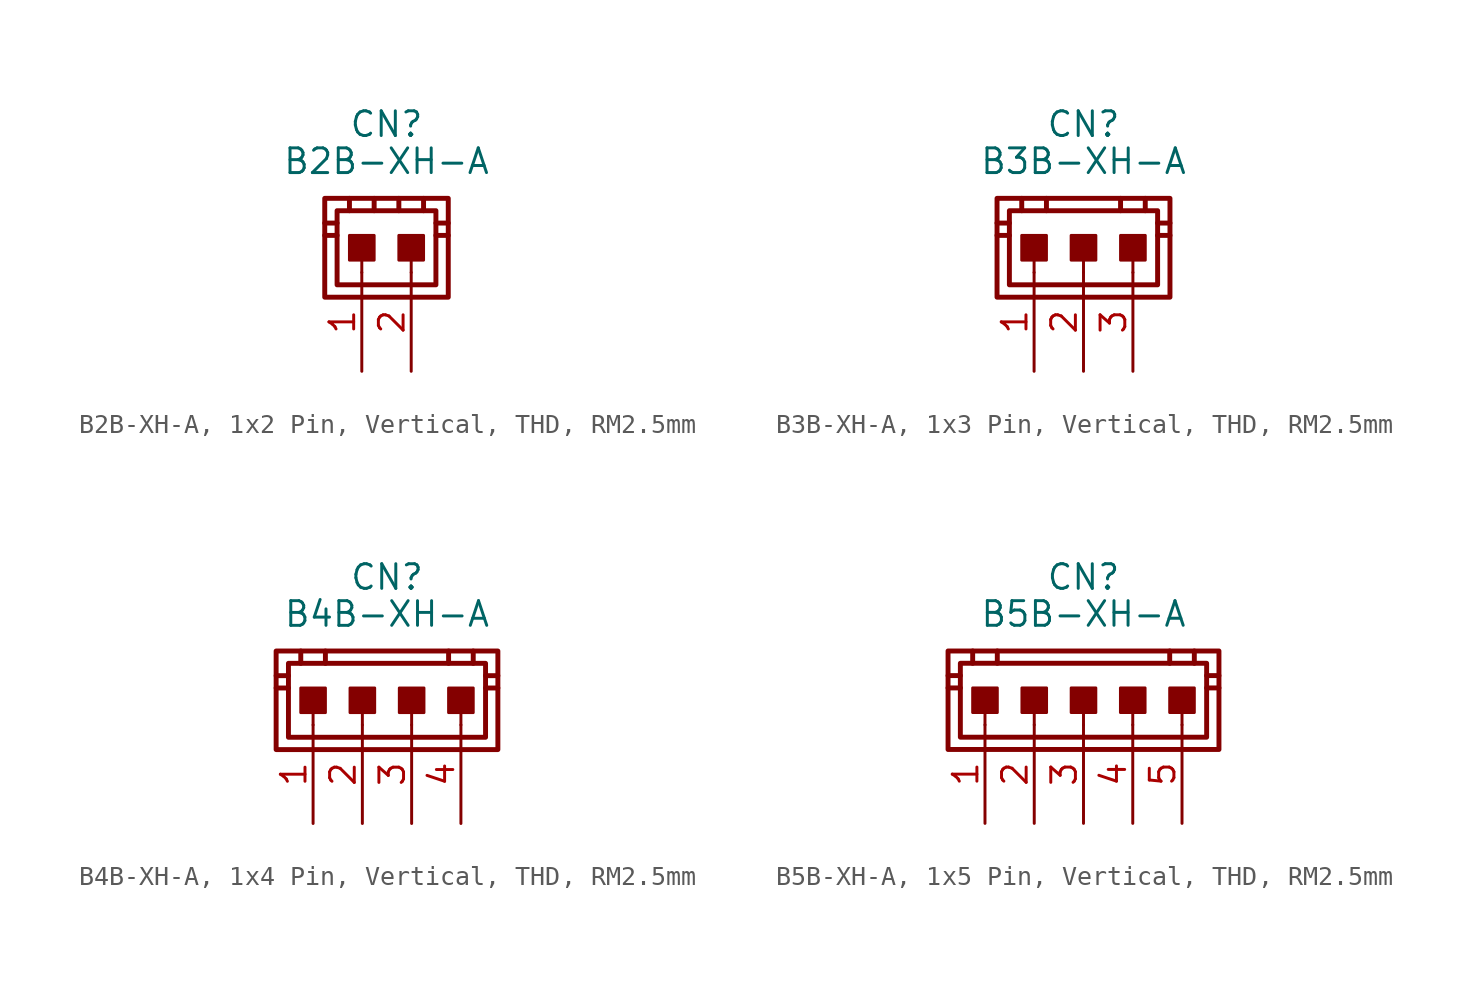
<source format=kicad_sym>
(kicad_symbol_lib
  (version 20231120)
  (generator "kicad_symbol_editor")
  (generator_version "8.0")
  (symbol "B2B-XH-A, 1x2 Pin, Vertical, THD, RM2.5mm"
    (pin_names
      (offset 1.016) hide)
    (property "Reference" "CN"
      (at 0 7.62 0)
      (effects (font (size 1.27 1.27))))
    (property "Value" "B2B-XH-A"
      (at 0 5.715 0)
      (effects (font (size 1.27 1.27))))
    (property "Z-SYSCODE" ""
      (at 3.81 1.27 90)
      (effects (font (size 1.27 1.27))))
    (symbol "B2B-XH-A, 1x2 Pin, Vertical, THD, RM2.5mm_0_1"
      (polyline (pts (xy -2.54 1.905) (xy -3.175 1.905)) (stroke (width 0.254) (type default)) (fill (type none)))
      (polyline (pts (xy -2.54 2.54) (xy -3.175 2.54)) (stroke (width 0.254) (type default)) (fill (type none)))
      (polyline (pts (xy -1.905 3.81) (xy -1.905 3.175)) (stroke (width 0.254) (type default)) (fill (type none)))
      (polyline (pts (xy -0.635 3.81) (xy -0.635 3.175)) (stroke (width 0.254) (type default)) (fill (type none)))
      (polyline (pts (xy 0.635 3.81) (xy 0.635 3.175)) (stroke (width 0.254) (type default)) (fill (type none)))
      (polyline (pts (xy 1.905 3.81) (xy 1.905 3.175)) (stroke (width 0.254) (type default)) (fill (type none)))
      (polyline (pts (xy 2.54 1.905) (xy 3.175 1.905)) (stroke (width 0.254) (type default)) (fill (type none)))
      (polyline (pts (xy 2.54 2.54) (xy 3.175 2.54)) (stroke (width 0.254) (type default)) (fill (type none))))
    (symbol "B2B-XH-A, 1x2 Pin, Vertical, THD, RM2.5mm_1_0"
      (polyline (pts (xy -1.27 0) (xy -1.27 1.27)) (stroke (width 0) (type default)) (fill (type none)))
      (polyline (pts (xy 1.27 0) (xy 1.27 1.27)) (stroke (width 0) (type default)) (fill (type none))))
    (symbol "B2B-XH-A, 1x2 Pin, Vertical, THD, RM2.5mm_1_1"
      (rectangle (start -3.175 3.81) (end 3.175 -1.27) (stroke (width 0.254) (type default)) (fill (type none)))
      (rectangle (start -2.54 3.175) (end 2.54 -0.635) (stroke (width 0.254) (type default)) (fill (type none)))
      (rectangle (start -0.635 0.635) (end -1.905 1.905) (stroke (width 0) (type default)) (fill (type outline)))
      (rectangle (start 1.905 0.635) (end 0.635 1.905) (stroke (width 0) (type default)) (fill (type outline)))
      (pin passive line (at -1.27 -5.08 90) (length 5.08) (name "1" (effects (font (size 1.27 1.27)))) (number "1" (effects (font (size 1.27 1.27)))))
      (pin passive line (at 1.27 -5.08 90) (length 5.08) (name "2" (effects (font (size 1.27 1.27)))) (number "2" (effects (font (size 1.27 1.27)))))))
  (symbol "B3B-XH-A, 1x3 Pin, Vertical, THD, RM2.5mm"
    (pin_names
      (offset 1.016) hide)
    (property "Reference" "CN"
      (at 0 7.62 0)
      (effects (font (size 1.27 1.27))))
    (property "Value" "B3B-XH-A"
      (at 0 5.715 0)
      (effects (font (size 1.27 1.27))))
    (property "Z-SYSCODE" ""
      (at 2.54 1.27 90)
      (effects (font (size 1.27 1.27))))
    (symbol "B3B-XH-A, 1x3 Pin, Vertical, THD, RM2.5mm_0_1"
      (polyline (pts (xy -3.81 1.905) (xy -4.445 1.905)) (stroke (width 0.254) (type default)) (fill (type none)))
      (polyline (pts (xy -3.81 2.54) (xy -4.445 2.54)) (stroke (width 0.254) (type default)) (fill (type none)))
      (polyline (pts (xy -3.175 3.81) (xy -3.175 3.175)) (stroke (width 0.254) (type default)) (fill (type none)))
      (polyline (pts (xy -1.905 3.81) (xy -1.905 3.175)) (stroke (width 0.254) (type default)) (fill (type none)))
      (polyline (pts (xy 1.905 3.81) (xy 1.905 3.175)) (stroke (width 0.254) (type default)) (fill (type none)))
      (polyline (pts (xy 3.175 3.81) (xy 3.175 3.175)) (stroke (width 0.254) (type default)) (fill (type none)))
      (polyline (pts (xy 3.81 1.905) (xy 4.445 1.905)) (stroke (width 0.254) (type default)) (fill (type none)))
      (polyline (pts (xy 3.81 2.54) (xy 4.445 2.54)) (stroke (width 0.254) (type default)) (fill (type none))))
    (symbol "B3B-XH-A, 1x3 Pin, Vertical, THD, RM2.5mm_1_0"
      (polyline (pts (xy -2.54 0) (xy -2.54 1.27)) (stroke (width 0) (type default)) (fill (type none)))
      (polyline (pts (xy 0 0) (xy 0 1.27)) (stroke (width 0) (type default)) (fill (type none)))
      (polyline (pts (xy 2.54 0) (xy 2.54 1.27)) (stroke (width 0) (type default)) (fill (type none))))
    (symbol "B3B-XH-A, 1x3 Pin, Vertical, THD, RM2.5mm_1_1"
      (rectangle (start -4.445 3.81) (end 4.445 -1.27) (stroke (width 0.254) (type default)) (fill (type none)))
      (rectangle (start -3.81 3.175) (end 3.81 -0.635) (stroke (width 0.254) (type default)) (fill (type none)))
      (rectangle (start -1.905 0.635) (end -3.175 1.905) (stroke (width 0) (type default)) (fill (type outline)))
      (rectangle (start 0.635 0.635) (end -0.635 1.905) (stroke (width 0) (type default)) (fill (type outline)))
      (rectangle (start 3.175 0.635) (end 1.905 1.905) (stroke (width 0) (type default)) (fill (type outline)))
      (pin passive line (at -2.54 -5.08 90) (length 5.08) (name "1" (effects (font (size 1.27 1.27)))) (number "1" (effects (font (size 1.27 1.27)))))
      (pin passive line (at 0 -5.08 90) (length 5.08) (name "2" (effects (font (size 1.27 1.27)))) (number "2" (effects (font (size 1.27 1.27)))))
      (pin passive line (at 2.54 -5.08 90) (length 5.08) (name "3" (effects (font (size 1.27 1.27)))) (number "3" (effects (font (size 1.27 1.27)))))))
  (symbol "B4B-XH-A, 1x4 Pin, Vertical, THD, RM2.5mm"
    (pin_names
      (offset 1.016) hide)
    (property "Reference" "CN"
      (at 0 7.62 0)
      (effects (font (size 1.27 1.27))))
    (property "Value" "B4B-XH-A"
      (at 0 5.715 0)
      (effects (font (size 1.27 1.27))))
    (property "Z-SYSCODE" ""
      (at 0.635 1.27 90)
      (effects (font (size 1.27 1.27))))
    (symbol "B4B-XH-A, 1x4 Pin, Vertical, THD, RM2.5mm_0_1"
      (polyline (pts (xy -5.08 1.905) (xy -5.715 1.905)) (stroke (width 0.254) (type default)) (fill (type none)))
      (polyline (pts (xy -5.08 2.54) (xy -5.715 2.54)) (stroke (width 0.254) (type default)) (fill (type none)))
      (polyline (pts (xy -4.445 3.81) (xy -4.445 3.175)) (stroke (width 0.254) (type default)) (fill (type none)))
      (polyline (pts (xy -3.175 3.81) (xy -3.175 3.175)) (stroke (width 0.254) (type default)) (fill (type none)))
      (polyline (pts (xy 3.175 3.81) (xy 3.175 3.175)) (stroke (width 0.254) (type default)) (fill (type none)))
      (polyline (pts (xy 4.445 3.81) (xy 4.445 3.175)) (stroke (width 0.254) (type default)) (fill (type none)))
      (polyline (pts (xy 5.08 1.905) (xy 5.715 1.905)) (stroke (width 0.254) (type default)) (fill (type none)))
      (polyline (pts (xy 5.08 2.54) (xy 5.715 2.54)) (stroke (width 0.254) (type default)) (fill (type none))))
    (symbol "B4B-XH-A, 1x4 Pin, Vertical, THD, RM2.5mm_1_0"
      (polyline (pts (xy -3.81 0) (xy -3.81 1.27)) (stroke (width 0) (type default)) (fill (type none)))
      (polyline (pts (xy -1.27 0) (xy -1.27 1.27)) (stroke (width 0) (type default)) (fill (type none)))
      (polyline (pts (xy 1.27 0) (xy 1.27 1.27)) (stroke (width 0) (type default)) (fill (type none)))
      (polyline (pts (xy 3.81 0) (xy 3.81 1.27)) (stroke (width 0) (type default)) (fill (type none))))
    (symbol "B4B-XH-A, 1x4 Pin, Vertical, THD, RM2.5mm_1_1"
      (rectangle (start -5.715 3.81) (end 5.715 -1.27) (stroke (width 0.254) (type default)) (fill (type none)))
      (rectangle (start -5.08 3.175) (end 5.08 -0.635) (stroke (width 0.254) (type default)) (fill (type none)))
      (rectangle (start -3.175 0.635) (end -4.445 1.905) (stroke (width 0) (type default)) (fill (type outline)))
      (rectangle (start -0.635 0.635) (end -1.905 1.905) (stroke (width 0) (type default)) (fill (type outline)))
      (rectangle (start 1.905 0.635) (end 0.635 1.905) (stroke (width 0) (type default)) (fill (type outline)))
      (rectangle (start 4.445 0.635) (end 3.175 1.905) (stroke (width 0) (type default)) (fill (type outline)))
      (pin passive line (at -3.81 -5.08 90) (length 5.08) (name "1" (effects (font (size 1.27 1.27)))) (number "1" (effects (font (size 1.27 1.27)))))
      (pin passive line (at -1.27 -5.08 90) (length 5.08) (name "2" (effects (font (size 1.27 1.27)))) (number "2" (effects (font (size 1.27 1.27)))))
      (pin passive line (at 1.27 -5.08 90) (length 5.08) (name "3" (effects (font (size 1.27 1.27)))) (number "3" (effects (font (size 1.27 1.27)))))
      (pin passive line (at 3.81 -5.08 90) (length 5.08) (name "4" (effects (font (size 1.27 1.27)))) (number "4" (effects (font (size 1.27 1.27)))))))
  (symbol "B5B-XH-A, 1x5 Pin, Vertical, THD, RM2.5mm"
    (pin_names
      (offset 1.016) hide)
    (property "Reference" "CN"
      (at 0 7.62 0)
      (effects (font (size 1.27 1.27))))
    (property "Value" "B5B-XH-A"
      (at 0 5.715 0)
      (effects (font (size 1.27 1.27))))
    (property "Z-SYSCODE" ""
      (at -0.635 1.27 90)
      (effects (font (size 1.27 1.27))))
    (symbol "B5B-XH-A, 1x5 Pin, Vertical, THD, RM2.5mm_0_1"
      (polyline (pts (xy -6.35 1.905) (xy -6.985 1.905)) (stroke (width 0.254) (type default)) (fill (type none)))
      (polyline (pts (xy -6.35 2.54) (xy -6.985 2.54)) (stroke (width 0.254) (type default)) (fill (type none)))
      (polyline (pts (xy -5.715 3.81) (xy -5.715 3.175)) (stroke (width 0.254) (type default)) (fill (type none)))
      (polyline (pts (xy -4.445 3.81) (xy -4.445 3.175)) (stroke (width 0.254) (type default)) (fill (type none)))
      (polyline (pts (xy 4.445 3.81) (xy 4.445 3.175)) (stroke (width 0.254) (type default)) (fill (type none)))
      (polyline (pts (xy 5.715 3.81) (xy 5.715 3.175)) (stroke (width 0.254) (type default)) (fill (type none)))
      (polyline (pts (xy 6.35 1.905) (xy 6.985 1.905)) (stroke (width 0.254) (type default)) (fill (type none)))
      (polyline (pts (xy 6.35 2.54) (xy 6.985 2.54)) (stroke (width 0.254) (type default)) (fill (type none))))
    (symbol "B5B-XH-A, 1x5 Pin, Vertical, THD, RM2.5mm_1_0"
      (polyline (pts (xy -5.08 0) (xy -5.08 1.27)) (stroke (width 0) (type default)) (fill (type none)))
      (polyline (pts (xy -2.54 0) (xy -2.54 1.27)) (stroke (width 0) (type default)) (fill (type none)))
      (polyline (pts (xy 0 0) (xy 0 1.27)) (stroke (width 0) (type default)) (fill (type none)))
      (polyline (pts (xy 2.54 0) (xy 2.54 1.27)) (stroke (width 0) (type default)) (fill (type none)))
      (polyline (pts (xy 5.08 0) (xy 5.08 1.27)) (stroke (width 0) (type default)) (fill (type none))))
    (symbol "B5B-XH-A, 1x5 Pin, Vertical, THD, RM2.5mm_1_1"
      (rectangle (start -6.985 3.81) (end 6.985 -1.27) (stroke (width 0.254) (type default)) (fill (type none)))
      (rectangle (start -6.35 3.175) (end 6.35 -0.635) (stroke (width 0.254) (type default)) (fill (type none)))
      (rectangle (start -4.445 0.635) (end -5.715 1.905) (stroke (width 0) (type default)) (fill (type outline)))
      (rectangle (start -1.905 0.635) (end -3.175 1.905) (stroke (width 0) (type default)) (fill (type outline)))
      (rectangle (start 0.635 0.635) (end -0.635 1.905) (stroke (width 0) (type default)) (fill (type outline)))
      (rectangle (start 3.175 0.635) (end 1.905 1.905) (stroke (width 0) (type default)) (fill (type outline)))
      (rectangle (start 5.715 0.635) (end 4.445 1.905) (stroke (width 0) (type default)) (fill (type outline)))
      (pin passive line (at -5.08 -5.08 90) (length 5.08) (name "1" (effects (font (size 1.27 1.27)))) (number "1" (effects (font (size 1.27 1.27)))))
      (pin passive line (at -2.54 -5.08 90) (length 5.08) (name "2" (effects (font (size 1.27 1.27)))) (number "2" (effects (font (size 1.27 1.27)))))
      (pin passive line (at 0 -5.08 90) (length 5.08) (name "3" (effects (font (size 1.27 1.27)))) (number "3" (effects (font (size 1.27 1.27)))))
      (pin passive line (at 2.54 -5.08 90) (length 5.08) (name "4" (effects (font (size 1.27 1.27)))) (number "4" (effects (font (size 1.27 1.27)))))
      (pin passive line (at 5.08 -5.08 90) (length 5.08) (name "5" (effects (font (size 1.27 1.27)))) (number "5" (effects (font (size 1.27 1.27))))))))
</source>
